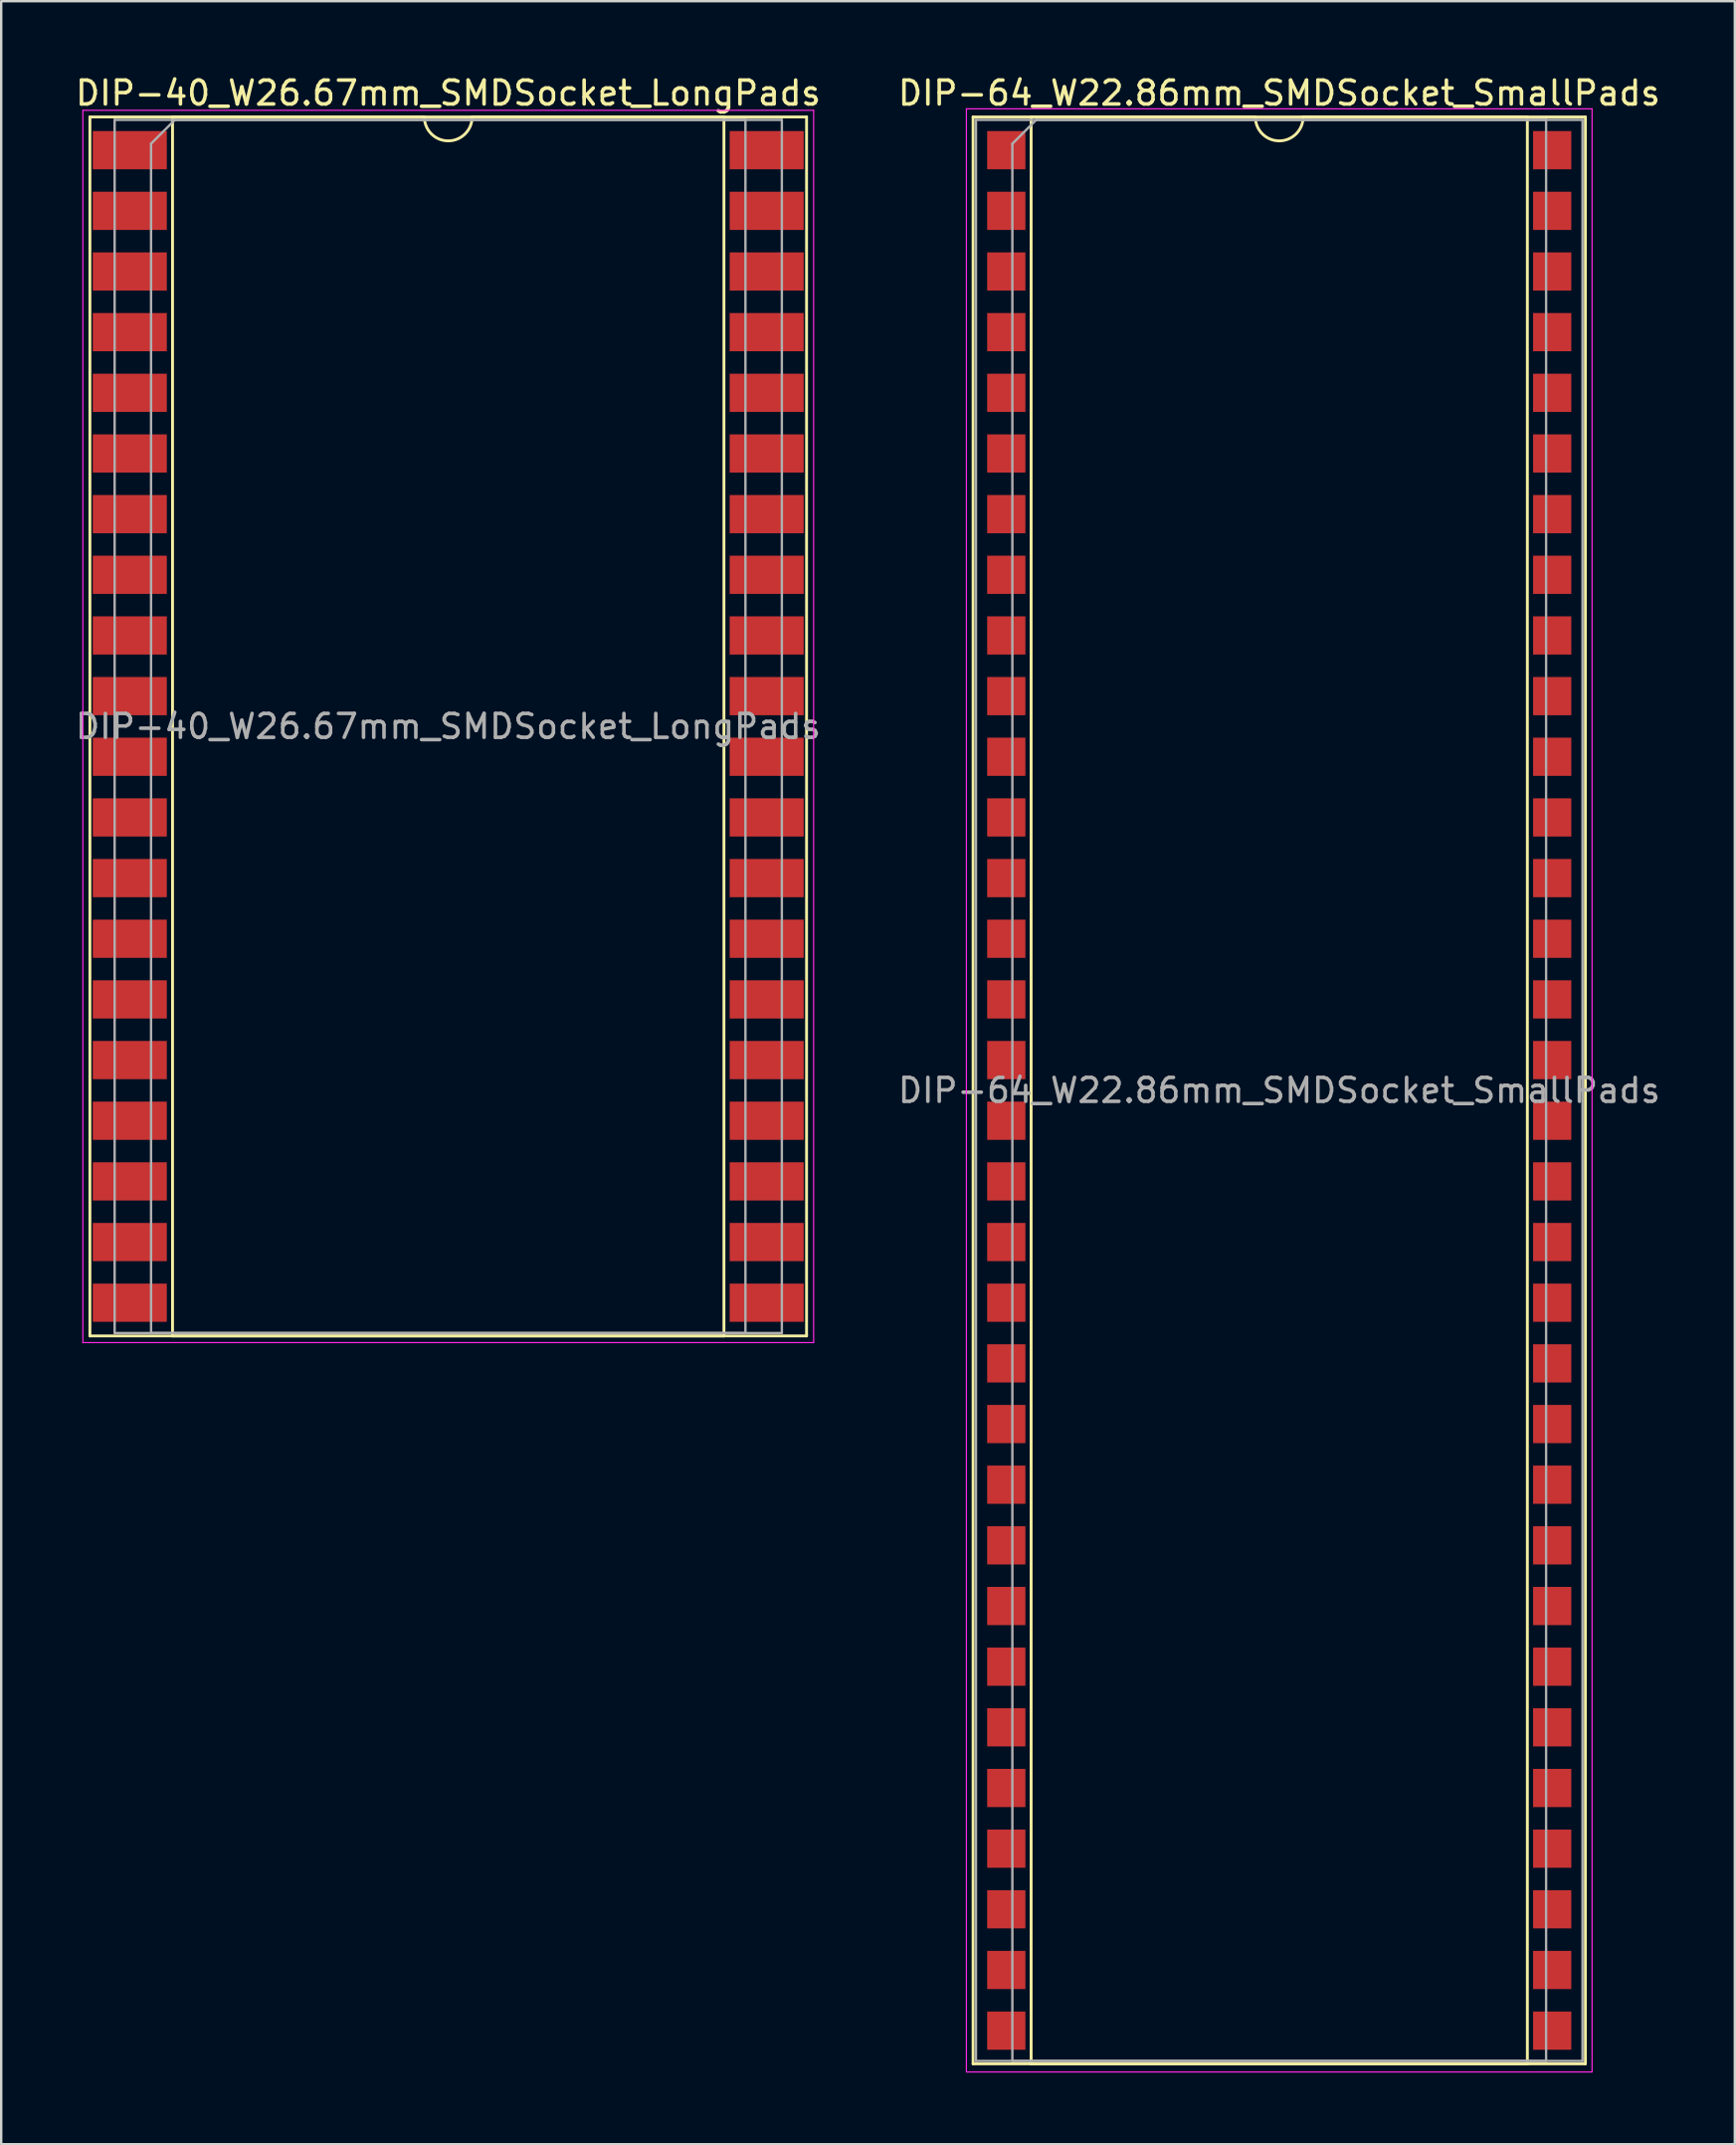
<source format=kicad_pcb>
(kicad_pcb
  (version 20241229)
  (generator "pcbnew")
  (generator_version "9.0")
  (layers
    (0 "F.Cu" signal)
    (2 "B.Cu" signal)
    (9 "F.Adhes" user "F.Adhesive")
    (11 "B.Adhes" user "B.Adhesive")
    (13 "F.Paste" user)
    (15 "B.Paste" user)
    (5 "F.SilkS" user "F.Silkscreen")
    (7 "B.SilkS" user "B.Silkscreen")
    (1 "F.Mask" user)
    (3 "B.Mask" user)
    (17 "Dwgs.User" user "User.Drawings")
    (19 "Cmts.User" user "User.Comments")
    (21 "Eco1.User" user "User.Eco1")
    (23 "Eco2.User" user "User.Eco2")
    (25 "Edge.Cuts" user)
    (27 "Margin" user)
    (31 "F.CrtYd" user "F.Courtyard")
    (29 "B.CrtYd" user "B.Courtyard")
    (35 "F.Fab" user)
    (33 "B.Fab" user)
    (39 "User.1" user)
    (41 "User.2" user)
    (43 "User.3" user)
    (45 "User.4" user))
  (footprint "DIP-40_W26.67mm_SMDSocket_LongPads"
    (layer "F.Cu")
    (at 15.72 27.368)
    (property "Reference" "DIP-40_W26.67mm_SMDSocket_LongPads" (at 0 -26.52 0) (layer "F.SilkS") (effects (font (size 1 1) (thickness 0.15))))
    (attr smd)
    (fp_line (start -15.005 -25.52) (end -15.005 25.52) (stroke (width 0.12) (type solid)) (layer "F.SilkS"))
    (fp_line (start -15.005 25.52) (end 15.005 25.52) (stroke (width 0.12) (type solid)) (layer "F.SilkS"))
    (fp_line (start -11.545 -25.52) (end -11.545 25.52) (stroke (width 0.12) (type solid)) (layer "F.SilkS"))
    (fp_line (start -11.545 25.52) (end 11.545 25.52) (stroke (width 0.12) (type solid)) (layer "F.SilkS"))
    (fp_line (start -1 -25.52) (end -11.545 -25.52) (stroke (width 0.12) (type solid)) (layer "F.SilkS"))
    (fp_line (start 11.545 -25.52) (end 1 -25.52) (stroke (width 0.12) (type solid)) (layer "F.SilkS"))
    (fp_line (start 11.545 25.52) (end 11.545 -25.52) (stroke (width 0.12) (type solid)) (layer "F.SilkS"))
    (fp_line (start 15.005 -25.52) (end -15.005 -25.52) (stroke (width 0.12) (type solid)) (layer "F.SilkS"))
    (fp_line (start 15.005 25.52) (end 15.005 -25.52) (stroke (width 0.12) (type solid)) (layer "F.SilkS"))
    (fp_arc (start 1 -25.52) (mid 0 -24.52) (end -1 -25.52) (stroke (width 0.12) (type solid)) (layer "F.SilkS"))
    (fp_line (start -15.3 -25.8) (end -15.3 25.8) (stroke (width 0.05) (type solid)) (layer "F.CrtYd"))
    (fp_line (start -15.3 25.8) (end 15.3 25.8) (stroke (width 0.05) (type solid)) (layer "F.CrtYd"))
    (fp_line (start 15.3 -25.8) (end -15.3 -25.8) (stroke (width 0.05) (type solid)) (layer "F.CrtYd"))
    (fp_line (start 15.3 25.8) (end 15.3 -25.8) (stroke (width 0.05) (type solid)) (layer "F.CrtYd"))
    (fp_line (start -13.97 -25.4) (end -13.97 25.4) (stroke (width 0.1) (type solid)) (layer "F.Fab"))
    (fp_line (start -13.97 25.4) (end 13.97 25.4) (stroke (width 0.1) (type solid)) (layer "F.Fab"))
    (fp_line (start -12.445 -24.4) (end -11.445 -25.4) (stroke (width 0.1) (type solid)) (layer "F.Fab"))
    (fp_line (start -12.445 25.4) (end -12.445 -24.4) (stroke (width 0.1) (type solid)) (layer "F.Fab"))
    (fp_line (start -11.445 -25.4) (end 12.445 -25.4) (stroke (width 0.1) (type solid)) (layer "F.Fab"))
    (fp_line (start 12.445 -25.4) (end 12.445 25.4) (stroke (width 0.1) (type solid)) (layer "F.Fab"))
    (fp_line (start 12.445 25.4) (end -12.445 25.4) (stroke (width 0.1) (type solid)) (layer "F.Fab"))
    (fp_line (start 13.97 -25.4) (end -13.97 -25.4) (stroke (width 0.1) (type solid)) (layer "F.Fab"))
    (fp_line (start 13.97 25.4) (end 13.97 -25.4) (stroke (width 0.1) (type solid)) (layer "F.Fab"))
    (fp_text user "${REFERENCE}" (at 0 0 0) (layer "F.Fab") (effects (font (size 1 1) (thickness 0.15))))
    (pad "1" smd rect (at -13.335 -24.13) (size 3.1 1.6) (layers "F.Cu" "F.Mask" "F.Paste"))
    (pad "2" smd rect (at -13.335 -21.59) (size 3.1 1.6) (layers "F.Cu" "F.Mask" "F.Paste"))
    (pad "3" smd rect (at -13.335 -19.05) (size 3.1 1.6) (layers "F.Cu" "F.Mask" "F.Paste"))
    (pad "4" smd rect (at -13.335 -16.51) (size 3.1 1.6) (layers "F.Cu" "F.Mask" "F.Paste"))
    (pad "5" smd rect (at -13.335 -13.97) (size 3.1 1.6) (layers "F.Cu" "F.Mask" "F.Paste"))
    (pad "6" smd rect (at -13.335 -11.43) (size 3.1 1.6) (layers "F.Cu" "F.Mask" "F.Paste"))
    (pad "7" smd rect (at -13.335 -8.89) (size 3.1 1.6) (layers "F.Cu" "F.Mask" "F.Paste"))
    (pad "8" smd rect (at -13.335 -6.35) (size 3.1 1.6) (layers "F.Cu" "F.Mask" "F.Paste"))
    (pad "9" smd rect (at -13.335 -3.81) (size 3.1 1.6) (layers "F.Cu" "F.Mask" "F.Paste"))
    (pad "10" smd rect (at -13.335 -1.27) (size 3.1 1.6) (layers "F.Cu" "F.Mask" "F.Paste"))
    (pad "11" smd rect (at -13.335 1.27) (size 3.1 1.6) (layers "F.Cu" "F.Mask" "F.Paste"))
    (pad "12" smd rect (at -13.335 3.81) (size 3.1 1.6) (layers "F.Cu" "F.Mask" "F.Paste"))
    (pad "13" smd rect (at -13.335 6.35) (size 3.1 1.6) (layers "F.Cu" "F.Mask" "F.Paste"))
    (pad "14" smd rect (at -13.335 8.89) (size 3.1 1.6) (layers "F.Cu" "F.Mask" "F.Paste"))
    (pad "15" smd rect (at -13.335 11.43) (size 3.1 1.6) (layers "F.Cu" "F.Mask" "F.Paste"))
    (pad "16" smd rect (at -13.335 13.97) (size 3.1 1.6) (layers "F.Cu" "F.Mask" "F.Paste"))
    (pad "17" smd rect (at -13.335 16.51) (size 3.1 1.6) (layers "F.Cu" "F.Mask" "F.Paste"))
    (pad "18" smd rect (at -13.335 19.05) (size 3.1 1.6) (layers "F.Cu" "F.Mask" "F.Paste"))
    (pad "19" smd rect (at -13.335 21.59) (size 3.1 1.6) (layers "F.Cu" "F.Mask" "F.Paste"))
    (pad "20" smd rect (at -13.335 24.13) (size 3.1 1.6) (layers "F.Cu" "F.Mask" "F.Paste"))
    (pad "21" smd rect (at 13.335 24.13) (size 3.1 1.6) (layers "F.Cu" "F.Mask" "F.Paste"))
    (pad "22" smd rect (at 13.335 21.59) (size 3.1 1.6) (layers "F.Cu" "F.Mask" "F.Paste"))
    (pad "23" smd rect (at 13.335 19.05) (size 3.1 1.6) (layers "F.Cu" "F.Mask" "F.Paste"))
    (pad "24" smd rect (at 13.335 16.51) (size 3.1 1.6) (layers "F.Cu" "F.Mask" "F.Paste"))
    (pad "25" smd rect (at 13.335 13.97) (size 3.1 1.6) (layers "F.Cu" "F.Mask" "F.Paste"))
    (pad "26" smd rect (at 13.335 11.43) (size 3.1 1.6) (layers "F.Cu" "F.Mask" "F.Paste"))
    (pad "27" smd rect (at 13.335 8.89) (size 3.1 1.6) (layers "F.Cu" "F.Mask" "F.Paste"))
    (pad "28" smd rect (at 13.335 6.35) (size 3.1 1.6) (layers "F.Cu" "F.Mask" "F.Paste"))
    (pad "29" smd rect (at 13.335 3.81) (size 3.1 1.6) (layers "F.Cu" "F.Mask" "F.Paste"))
    (pad "30" smd rect (at 13.335 1.27) (size 3.1 1.6) (layers "F.Cu" "F.Mask" "F.Paste"))
    (pad "31" smd rect (at 13.335 -1.27) (size 3.1 1.6) (layers "F.Cu" "F.Mask" "F.Paste"))
    (pad "32" smd rect (at 13.335 -3.81) (size 3.1 1.6) (layers "F.Cu" "F.Mask" "F.Paste"))
    (pad "33" smd rect (at 13.335 -6.35) (size 3.1 1.6) (layers "F.Cu" "F.Mask" "F.Paste"))
    (pad "34" smd rect (at 13.335 -8.89) (size 3.1 1.6) (layers "F.Cu" "F.Mask" "F.Paste"))
    (pad "35" smd rect (at 13.335 -11.43) (size 3.1 1.6) (layers "F.Cu" "F.Mask" "F.Paste"))
    (pad "36" smd rect (at 13.335 -13.97) (size 3.1 1.6) (layers "F.Cu" "F.Mask" "F.Paste"))
    (pad "37" smd rect (at 13.335 -16.51) (size 3.1 1.6) (layers "F.Cu" "F.Mask" "F.Paste"))
    (pad "38" smd rect (at 13.335 -19.05) (size 3.1 1.6) (layers "F.Cu" "F.Mask" "F.Paste"))
    (pad "39" smd rect (at 13.335 -21.59) (size 3.1 1.6) (layers "F.Cu" "F.Mask" "F.Paste"))
    (pad "40" smd rect (at 13.335 -24.13) (size 3.1 1.6) (layers "F.Cu" "F.Mask" "F.Paste")))
  (footprint "DIP-64_W22.86mm_SMDSocket_SmallPads"
    (layer "F.Cu")
    (at 50.518 42.608)
    (property "Reference" "DIP-64_W22.86mm_SMDSocket_SmallPads" (at 0 -41.76 0) (layer "F.SilkS") (effects (font (size 1 1) (thickness 0.15))))
    (attr smd)
    (fp_line (start -12.82 -40.76) (end -12.82 40.76) (stroke (width 0.12) (type solid)) (layer "F.SilkS"))
    (fp_line (start -12.82 40.76) (end 12.82 40.76) (stroke (width 0.12) (type solid)) (layer "F.SilkS"))
    (fp_line (start -10.39 -40.76) (end -10.39 40.76) (stroke (width 0.12) (type solid)) (layer "F.SilkS"))
    (fp_line (start -10.39 40.76) (end 10.39 40.76) (stroke (width 0.12) (type solid)) (layer "F.SilkS"))
    (fp_line (start -1 -40.76) (end -10.39 -40.76) (stroke (width 0.12) (type solid)) (layer "F.SilkS"))
    (fp_line (start 10.39 -40.76) (end 1 -40.76) (stroke (width 0.12) (type solid)) (layer "F.SilkS"))
    (fp_line (start 10.39 40.76) (end 10.39 -40.76) (stroke (width 0.12) (type solid)) (layer "F.SilkS"))
    (fp_line (start 12.82 -40.76) (end -12.82 -40.76) (stroke (width 0.12) (type solid)) (layer "F.SilkS"))
    (fp_line (start 12.82 40.76) (end 12.82 -40.76) (stroke (width 0.12) (type solid)) (layer "F.SilkS"))
    (fp_arc (start 1 -40.76) (mid 0 -39.76) (end -1 -40.76) (stroke (width 0.12) (type solid)) (layer "F.SilkS"))
    (fp_line (start -13.1 -41.1) (end -13.1 41.1) (stroke (width 0.05) (type solid)) (layer "F.CrtYd"))
    (fp_line (start -13.1 41.1) (end 13.1 41.1) (stroke (width 0.05) (type solid)) (layer "F.CrtYd"))
    (fp_line (start 13.1 -41.1) (end -13.1 -41.1) (stroke (width 0.05) (type solid)) (layer "F.CrtYd"))
    (fp_line (start 13.1 41.1) (end 13.1 -41.1) (stroke (width 0.05) (type solid)) (layer "F.CrtYd"))
    (fp_line (start -12.7 -40.64) (end -12.7 40.64) (stroke (width 0.1) (type solid)) (layer "F.Fab"))
    (fp_line (start -12.7 40.64) (end 12.7 40.64) (stroke (width 0.1) (type solid)) (layer "F.Fab"))
    (fp_line (start -11.175 -39.64) (end -10.175 -40.64) (stroke (width 0.1) (type solid)) (layer "F.Fab"))
    (fp_line (start -11.175 40.64) (end -11.175 -39.64) (stroke (width 0.1) (type solid)) (layer "F.Fab"))
    (fp_line (start -10.175 -40.64) (end 11.175 -40.64) (stroke (width 0.1) (type solid)) (layer "F.Fab"))
    (fp_line (start 11.175 -40.64) (end 11.175 40.64) (stroke (width 0.1) (type solid)) (layer "F.Fab"))
    (fp_line (start 11.175 40.64) (end -11.175 40.64) (stroke (width 0.1) (type solid)) (layer "F.Fab"))
    (fp_line (start 12.7 -40.64) (end -12.7 -40.64) (stroke (width 0.1) (type solid)) (layer "F.Fab"))
    (fp_line (start 12.7 40.64) (end 12.7 -40.64) (stroke (width 0.1) (type solid)) (layer "F.Fab"))
    (fp_text user "${REFERENCE}" (at 0 0 0) (layer "F.Fab") (effects (font (size 1 1) (thickness 0.15))))
    (pad "1" smd rect (at -11.43 -39.37) (size 1.6 1.6) (layers "F.Cu" "F.Mask" "F.Paste"))
    (pad "2" smd rect (at -11.43 -36.83) (size 1.6 1.6) (layers "F.Cu" "F.Mask" "F.Paste"))
    (pad "3" smd rect (at -11.43 -34.29) (size 1.6 1.6) (layers "F.Cu" "F.Mask" "F.Paste"))
    (pad "4" smd rect (at -11.43 -31.75) (size 1.6 1.6) (layers "F.Cu" "F.Mask" "F.Paste"))
    (pad "5" smd rect (at -11.43 -29.21) (size 1.6 1.6) (layers "F.Cu" "F.Mask" "F.Paste"))
    (pad "6" smd rect (at -11.43 -26.67) (size 1.6 1.6) (layers "F.Cu" "F.Mask" "F.Paste"))
    (pad "7" smd rect (at -11.43 -24.13) (size 1.6 1.6) (layers "F.Cu" "F.Mask" "F.Paste"))
    (pad "8" smd rect (at -11.43 -21.59) (size 1.6 1.6) (layers "F.Cu" "F.Mask" "F.Paste"))
    (pad "9" smd rect (at -11.43 -19.05) (size 1.6 1.6) (layers "F.Cu" "F.Mask" "F.Paste"))
    (pad "10" smd rect (at -11.43 -16.51) (size 1.6 1.6) (layers "F.Cu" "F.Mask" "F.Paste"))
    (pad "11" smd rect (at -11.43 -13.97) (size 1.6 1.6) (layers "F.Cu" "F.Mask" "F.Paste"))
    (pad "12" smd rect (at -11.43 -11.43) (size 1.6 1.6) (layers "F.Cu" "F.Mask" "F.Paste"))
    (pad "13" smd rect (at -11.43 -8.89) (size 1.6 1.6) (layers "F.Cu" "F.Mask" "F.Paste"))
    (pad "14" smd rect (at -11.43 -6.35) (size 1.6 1.6) (layers "F.Cu" "F.Mask" "F.Paste"))
    (pad "15" smd rect (at -11.43 -3.81) (size 1.6 1.6) (layers "F.Cu" "F.Mask" "F.Paste"))
    (pad "16" smd rect (at -11.43 -1.27) (size 1.6 1.6) (layers "F.Cu" "F.Mask" "F.Paste"))
    (pad "17" smd rect (at -11.43 1.27) (size 1.6 1.6) (layers "F.Cu" "F.Mask" "F.Paste"))
    (pad "18" smd rect (at -11.43 3.81) (size 1.6 1.6) (layers "F.Cu" "F.Mask" "F.Paste"))
    (pad "19" smd rect (at -11.43 6.35) (size 1.6 1.6) (layers "F.Cu" "F.Mask" "F.Paste"))
    (pad "20" smd rect (at -11.43 8.89) (size 1.6 1.6) (layers "F.Cu" "F.Mask" "F.Paste"))
    (pad "21" smd rect (at -11.43 11.43) (size 1.6 1.6) (layers "F.Cu" "F.Mask" "F.Paste"))
    (pad "22" smd rect (at -11.43 13.97) (size 1.6 1.6) (layers "F.Cu" "F.Mask" "F.Paste"))
    (pad "23" smd rect (at -11.43 16.51) (size 1.6 1.6) (layers "F.Cu" "F.Mask" "F.Paste"))
    (pad "24" smd rect (at -11.43 19.05) (size 1.6 1.6) (layers "F.Cu" "F.Mask" "F.Paste"))
    (pad "25" smd rect (at -11.43 21.59) (size 1.6 1.6) (layers "F.Cu" "F.Mask" "F.Paste"))
    (pad "26" smd rect (at -11.43 24.13) (size 1.6 1.6) (layers "F.Cu" "F.Mask" "F.Paste"))
    (pad "27" smd rect (at -11.43 26.67) (size 1.6 1.6) (layers "F.Cu" "F.Mask" "F.Paste"))
    (pad "28" smd rect (at -11.43 29.21) (size 1.6 1.6) (layers "F.Cu" "F.Mask" "F.Paste"))
    (pad "29" smd rect (at -11.43 31.75) (size 1.6 1.6) (layers "F.Cu" "F.Mask" "F.Paste"))
    (pad "30" smd rect (at -11.43 34.29) (size 1.6 1.6) (layers "F.Cu" "F.Mask" "F.Paste"))
    (pad "31" smd rect (at -11.43 36.83) (size 1.6 1.6) (layers "F.Cu" "F.Mask" "F.Paste"))
    (pad "32" smd rect (at -11.43 39.37) (size 1.6 1.6) (layers "F.Cu" "F.Mask" "F.Paste"))
    (pad "33" smd rect (at 11.43 39.37) (size 1.6 1.6) (layers "F.Cu" "F.Mask" "F.Paste"))
    (pad "34" smd rect (at 11.43 36.83) (size 1.6 1.6) (layers "F.Cu" "F.Mask" "F.Paste"))
    (pad "35" smd rect (at 11.43 34.29) (size 1.6 1.6) (layers "F.Cu" "F.Mask" "F.Paste"))
    (pad "36" smd rect (at 11.43 31.75) (size 1.6 1.6) (layers "F.Cu" "F.Mask" "F.Paste"))
    (pad "37" smd rect (at 11.43 29.21) (size 1.6 1.6) (layers "F.Cu" "F.Mask" "F.Paste"))
    (pad "38" smd rect (at 11.43 26.67) (size 1.6 1.6) (layers "F.Cu" "F.Mask" "F.Paste"))
    (pad "39" smd rect (at 11.43 24.13) (size 1.6 1.6) (layers "F.Cu" "F.Mask" "F.Paste"))
    (pad "40" smd rect (at 11.43 21.59) (size 1.6 1.6) (layers "F.Cu" "F.Mask" "F.Paste"))
    (pad "41" smd rect (at 11.43 19.05) (size 1.6 1.6) (layers "F.Cu" "F.Mask" "F.Paste"))
    (pad "42" smd rect (at 11.43 16.51) (size 1.6 1.6) (layers "F.Cu" "F.Mask" "F.Paste"))
    (pad "43" smd rect (at 11.43 13.97) (size 1.6 1.6) (layers "F.Cu" "F.Mask" "F.Paste"))
    (pad "44" smd rect (at 11.43 11.43) (size 1.6 1.6) (layers "F.Cu" "F.Mask" "F.Paste"))
    (pad "45" smd rect (at 11.43 8.89) (size 1.6 1.6) (layers "F.Cu" "F.Mask" "F.Paste"))
    (pad "46" smd rect (at 11.43 6.35) (size 1.6 1.6) (layers "F.Cu" "F.Mask" "F.Paste"))
    (pad "47" smd rect (at 11.43 3.81) (size 1.6 1.6) (layers "F.Cu" "F.Mask" "F.Paste"))
    (pad "48" smd rect (at 11.43 1.27) (size 1.6 1.6) (layers "F.Cu" "F.Mask" "F.Paste"))
    (pad "49" smd rect (at 11.43 -1.27) (size 1.6 1.6) (layers "F.Cu" "F.Mask" "F.Paste"))
    (pad "50" smd rect (at 11.43 -3.81) (size 1.6 1.6) (layers "F.Cu" "F.Mask" "F.Paste"))
    (pad "51" smd rect (at 11.43 -6.35) (size 1.6 1.6) (layers "F.Cu" "F.Mask" "F.Paste"))
    (pad "52" smd rect (at 11.43 -8.89) (size 1.6 1.6) (layers "F.Cu" "F.Mask" "F.Paste"))
    (pad "53" smd rect (at 11.43 -11.43) (size 1.6 1.6) (layers "F.Cu" "F.Mask" "F.Paste"))
    (pad "54" smd rect (at 11.43 -13.97) (size 1.6 1.6) (layers "F.Cu" "F.Mask" "F.Paste"))
    (pad "55" smd rect (at 11.43 -16.51) (size 1.6 1.6) (layers "F.Cu" "F.Mask" "F.Paste"))
    (pad "56" smd rect (at 11.43 -19.05) (size 1.6 1.6) (layers "F.Cu" "F.Mask" "F.Paste"))
    (pad "57" smd rect (at 11.43 -21.59) (size 1.6 1.6) (layers "F.Cu" "F.Mask" "F.Paste"))
    (pad "58" smd rect (at 11.43 -24.13) (size 1.6 1.6) (layers "F.Cu" "F.Mask" "F.Paste"))
    (pad "59" smd rect (at 11.43 -26.67) (size 1.6 1.6) (layers "F.Cu" "F.Mask" "F.Paste"))
    (pad "60" smd rect (at 11.43 -29.21) (size 1.6 1.6) (layers "F.Cu" "F.Mask" "F.Paste"))
    (pad "61" smd rect (at 11.43 -31.75) (size 1.6 1.6) (layers "F.Cu" "F.Mask" "F.Paste"))
    (pad "62" smd rect (at 11.43 -34.29) (size 1.6 1.6) (layers "F.Cu" "F.Mask" "F.Paste"))
    (pad "63" smd rect (at 11.43 -36.83) (size 1.6 1.6) (layers "F.Cu" "F.Mask" "F.Paste"))
    (pad "64" smd rect (at 11.43 -39.37) (size 1.6 1.6) (layers "F.Cu" "F.Mask" "F.Paste")))
  (gr_rect
    (start -3 -3)
    (end 69.595 86.733)
    (stroke (width 0.1) (type default))
    (fill no)
    (layer "Edge.Cuts")))
</source>
